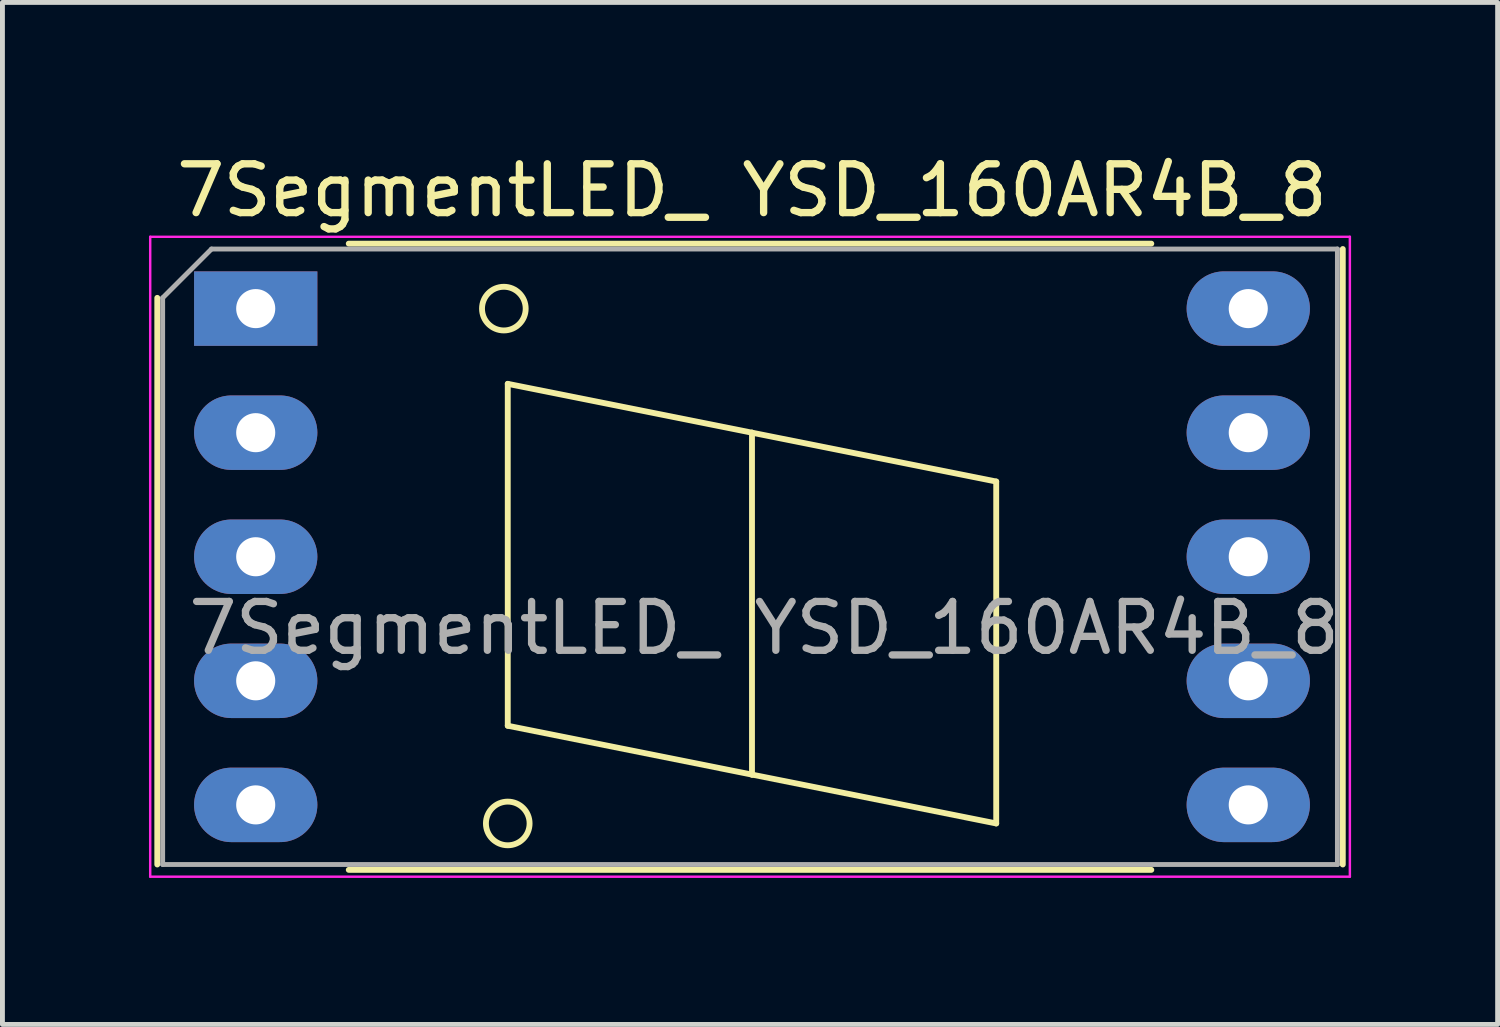
<source format=kicad_pcb>
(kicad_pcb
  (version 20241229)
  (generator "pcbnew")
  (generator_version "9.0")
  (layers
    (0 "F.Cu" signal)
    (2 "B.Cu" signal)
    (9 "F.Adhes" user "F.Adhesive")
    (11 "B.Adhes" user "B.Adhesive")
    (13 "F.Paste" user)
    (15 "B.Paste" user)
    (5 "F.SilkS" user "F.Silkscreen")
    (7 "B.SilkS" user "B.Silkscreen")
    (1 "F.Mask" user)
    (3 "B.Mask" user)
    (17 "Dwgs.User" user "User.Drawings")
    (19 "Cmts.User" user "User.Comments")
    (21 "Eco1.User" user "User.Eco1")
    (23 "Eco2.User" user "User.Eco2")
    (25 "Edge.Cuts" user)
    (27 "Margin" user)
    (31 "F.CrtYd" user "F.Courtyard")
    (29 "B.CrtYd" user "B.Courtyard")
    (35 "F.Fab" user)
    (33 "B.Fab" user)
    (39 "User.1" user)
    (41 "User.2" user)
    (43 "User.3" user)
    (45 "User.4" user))
  (footprint "7SegmentLED_ YSD_160AR4B_8"
    (layer "F.Cu")
    (at 2.185 3.268)
    (property "Reference" "7SegmentLED_ YSD_160AR4B_8" (at 10.16 -2.42 0) (layer "F.SilkS") (effects (font (size 1 1) (thickness 0.15))))
    (attr through_hole)
    (fp_line (start -2.015 -0.22) (end -2.015 11.38) (stroke (width 0.12) (type solid)) (layer "F.SilkS"))
    (fp_line (start 1.905 -1.33) (end 18.335 -1.33) (stroke (width 0.12) (type solid)) (layer "F.SilkS"))
    (fp_line (start 1.905 11.49) (end 18.335 11.49) (stroke (width 0.12) (type solid)) (layer "F.SilkS"))
    (fp_line (start 5.16 1.54) (end 5.16 8.54) (stroke (width 0.12) (type solid)) (layer "F.SilkS"))
    (fp_line (start 5.16 8.54) (end 10.16 9.54) (stroke (width 0.12) (type solid)) (layer "F.SilkS"))
    (fp_line (start 10.16 2.54) (end 5.16 1.54) (stroke (width 0.12) (type solid)) (layer "F.SilkS"))
    (fp_line (start 10.16 9.54) (end 10.16 2.54) (stroke (width 0.12) (type solid)) (layer "F.SilkS"))
    (fp_line (start 15.16 3.54) (end 10.16 2.54) (stroke (width 0.12) (type solid)) (layer "F.SilkS"))
    (fp_line (start 15.16 3.54) (end 15.16 10.54) (stroke (width 0.12) (type solid)) (layer "F.SilkS"))
    (fp_line (start 15.16 10.54) (end 10.16 9.54) (stroke (width 0.12) (type solid)) (layer "F.SilkS"))
    (fp_line (start 22.255 11.38) (end 22.255 -1.22) (stroke (width 0.12) (type solid)) (layer "F.SilkS"))
    (fp_circle (center 5.08 0) (end 5.527 0) (stroke (width 0.12) (type solid)) (fill no) (layer "F.SilkS"))
    (fp_circle (center 5.16 10.54) (end 5.607 10.54) (stroke (width 0.12) (type solid)) (fill no) (layer "F.SilkS"))
    (fp_line (start -2.16 -1.47) (end -2.16 11.63) (stroke (width 0.05) (type solid)) (layer "F.CrtYd"))
    (fp_line (start -2.16 -1.47) (end 22.4 -1.47) (stroke (width 0.05) (type solid)) (layer "F.CrtYd"))
    (fp_line (start -2.16 11.63) (end 22.4 11.63) (stroke (width 0.05) (type solid)) (layer "F.CrtYd"))
    (fp_line (start 22.4 -1.47) (end 22.4 11.63) (stroke (width 0.05) (type solid)) (layer "F.CrtYd"))
    (fp_line (start -1.905 -0.22) (end -1.905 11.38) (stroke (width 0.1) (type solid)) (layer "F.Fab"))
    (fp_line (start -1.905 11.38) (end 22.145 11.38) (stroke (width 0.1) (type solid)) (layer "F.Fab"))
    (fp_line (start -0.905 -1.22) (end -1.905 -0.22) (stroke (width 0.1) (type solid)) (layer "F.Fab"))
    (fp_line (start -0.905 -1.22) (end 22.145 -1.22) (stroke (width 0.1) (type solid)) (layer "F.Fab"))
    (fp_line (start 22.145 11.38) (end 22.145 -1.22) (stroke (width 0.1) (type solid)) (layer "F.Fab"))
    (fp_text user "${REFERENCE}" (at 10.41 6.54 0) (layer "F.Fab") (effects (font (size 1 1) (thickness 0.15))))
    (pad "1" thru_hole rect (at 0 0 270) (size 1.524 2.524) (drill 0.8) (layers "*.Cu" "*.Mask"))
    (pad "2" thru_hole oval (at 0 2.54 270) (size 1.524 2.524) (drill 0.8) (layers "*.Cu" "*.Mask"))
    (pad "3" thru_hole oval (at 0 5.08 270) (size 1.524 2.524) (drill 0.8) (layers "*.Cu" "*.Mask"))
    (pad "4" thru_hole oval (at 0 7.62 270) (size 1.524 2.524) (drill 0.8) (layers "*.Cu" "*.Mask"))
    (pad "5" thru_hole oval (at 0 10.16 270) (size 1.524 2.524) (drill 0.8) (layers "*.Cu" "*.Mask"))
    (pad "6" thru_hole oval (at 20.32 10.16 270) (size 1.524 2.524) (drill 0.8) (layers "*.Cu" "*.Mask"))
    (pad "7" thru_hole oval (at 20.32 7.62 270) (size 1.524 2.524) (drill 0.8) (layers "*.Cu" "*.Mask"))
    (pad "8" thru_hole oval (at 20.32 5.08 270) (size 1.524 2.524) (drill 0.8) (layers "*.Cu" "*.Mask"))
    (pad "9" thru_hole oval (at 20.32 2.54 270) (size 1.524 2.524) (drill 0.8) (layers "*.Cu" "*.Mask"))
    (pad "10" thru_hole oval (at 20.32 0 270) (size 1.524 2.524) (drill 0.8) (layers "*.Cu" "*.Mask")))
  (gr_rect
    (start -3 -3)
    (end 27.61 17.923)
    (stroke (width 0.1) (type default))
    (fill no)
    (layer "Edge.Cuts")))
</source>
